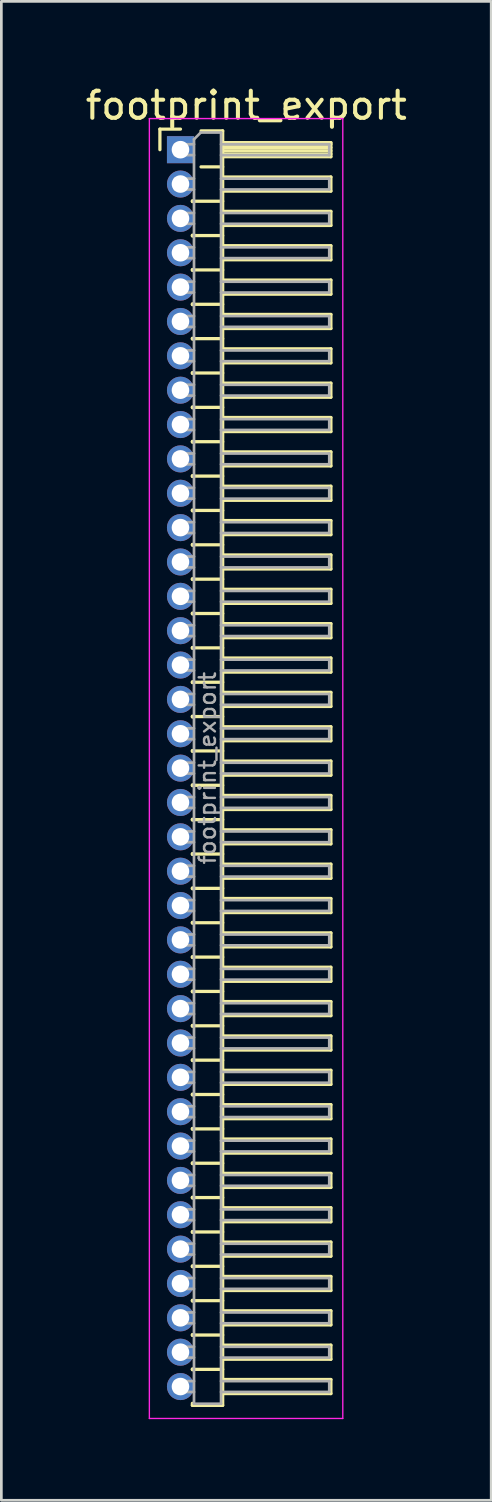
<source format=kicad_pcb>
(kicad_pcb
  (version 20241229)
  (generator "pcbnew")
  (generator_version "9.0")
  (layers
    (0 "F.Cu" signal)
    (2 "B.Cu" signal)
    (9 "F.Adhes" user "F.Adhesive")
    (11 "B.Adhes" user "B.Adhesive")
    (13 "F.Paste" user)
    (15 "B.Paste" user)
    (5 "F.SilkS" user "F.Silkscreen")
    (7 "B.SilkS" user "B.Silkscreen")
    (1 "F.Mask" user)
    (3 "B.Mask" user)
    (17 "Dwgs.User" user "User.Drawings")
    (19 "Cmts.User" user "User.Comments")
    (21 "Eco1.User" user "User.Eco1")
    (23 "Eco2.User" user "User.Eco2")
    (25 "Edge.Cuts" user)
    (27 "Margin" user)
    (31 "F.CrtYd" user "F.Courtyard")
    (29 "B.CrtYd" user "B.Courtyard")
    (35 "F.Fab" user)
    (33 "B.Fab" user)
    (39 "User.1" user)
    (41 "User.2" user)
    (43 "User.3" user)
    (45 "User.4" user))
  (footprint "footprint_export"
    (layer "F.Cu")
    (at 3.621 2.483)
    (property "Reference" "footprint_export" (at 2.433 -1.635 0) (layer "F.SilkS") (effects (font (size 1 1) (thickness 0.15))))
    (attr through_hole)
    (fp_line (start -0.76 -0.76) (end 0 -0.76) (stroke (width 0.12) (type solid)) (layer "F.SilkS"))
    (fp_line (start -0.76 0) (end -0.76 -0.76) (stroke (width 0.12) (type solid)) (layer "F.SilkS"))
    (fp_line (start 0.44 1.89) (end 0.44 1.92) (stroke (width 0.12) (type solid)) (layer "F.SilkS"))
    (fp_line (start 0.44 1.905) (end 1.56 1.905) (stroke (width 0.12) (type solid)) (layer "F.SilkS"))
    (fp_line (start 0.44 3.16) (end 0.44 3.19) (stroke (width 0.12) (type solid)) (layer "F.SilkS"))
    (fp_line (start 0.44 3.175) (end 1.56 3.175) (stroke (width 0.12) (type solid)) (layer "F.SilkS"))
    (fp_line (start 0.44 4.43) (end 0.44 4.46) (stroke (width 0.12) (type solid)) (layer "F.SilkS"))
    (fp_line (start 0.44 4.445) (end 1.56 4.445) (stroke (width 0.12) (type solid)) (layer "F.SilkS"))
    (fp_line (start 0.44 5.7) (end 0.44 5.73) (stroke (width 0.12) (type solid)) (layer "F.SilkS"))
    (fp_line (start 0.44 5.715) (end 1.56 5.715) (stroke (width 0.12) (type solid)) (layer "F.SilkS"))
    (fp_line (start 0.44 6.97) (end 0.44 7) (stroke (width 0.12) (type solid)) (layer "F.SilkS"))
    (fp_line (start 0.44 6.985) (end 1.56 6.985) (stroke (width 0.12) (type solid)) (layer "F.SilkS"))
    (fp_line (start 0.44 8.24) (end 0.44 8.27) (stroke (width 0.12) (type solid)) (layer "F.SilkS"))
    (fp_line (start 0.44 8.255) (end 1.56 8.255) (stroke (width 0.12) (type solid)) (layer "F.SilkS"))
    (fp_line (start 0.44 9.51) (end 0.44 9.54) (stroke (width 0.12) (type solid)) (layer "F.SilkS"))
    (fp_line (start 0.44 9.525) (end 1.56 9.525) (stroke (width 0.12) (type solid)) (layer "F.SilkS"))
    (fp_line (start 0.44 10.78) (end 0.44 10.81) (stroke (width 0.12) (type solid)) (layer "F.SilkS"))
    (fp_line (start 0.44 10.795) (end 1.56 10.795) (stroke (width 0.12) (type solid)) (layer "F.SilkS"))
    (fp_line (start 0.44 12.05) (end 0.44 12.08) (stroke (width 0.12) (type solid)) (layer "F.SilkS"))
    (fp_line (start 0.44 12.065) (end 1.56 12.065) (stroke (width 0.12) (type solid)) (layer "F.SilkS"))
    (fp_line (start 0.44 13.32) (end 0.44 13.35) (stroke (width 0.12) (type solid)) (layer "F.SilkS"))
    (fp_line (start 0.44 13.335) (end 1.56 13.335) (stroke (width 0.12) (type solid)) (layer "F.SilkS"))
    (fp_line (start 0.44 14.59) (end 0.44 14.62) (stroke (width 0.12) (type solid)) (layer "F.SilkS"))
    (fp_line (start 0.44 14.605) (end 1.56 14.605) (stroke (width 0.12) (type solid)) (layer "F.SilkS"))
    (fp_line (start 0.44 15.86) (end 0.44 15.89) (stroke (width 0.12) (type solid)) (layer "F.SilkS"))
    (fp_line (start 0.44 15.875) (end 1.56 15.875) (stroke (width 0.12) (type solid)) (layer "F.SilkS"))
    (fp_line (start 0.44 17.13) (end 0.44 17.16) (stroke (width 0.12) (type solid)) (layer "F.SilkS"))
    (fp_line (start 0.44 17.145) (end 1.56 17.145) (stroke (width 0.12) (type solid)) (layer "F.SilkS"))
    (fp_line (start 0.44 18.4) (end 0.44 18.43) (stroke (width 0.12) (type solid)) (layer "F.SilkS"))
    (fp_line (start 0.44 18.415) (end 1.56 18.415) (stroke (width 0.12) (type solid)) (layer "F.SilkS"))
    (fp_line (start 0.44 19.67) (end 0.44 19.7) (stroke (width 0.12) (type solid)) (layer "F.SilkS"))
    (fp_line (start 0.44 19.685) (end 1.56 19.685) (stroke (width 0.12) (type solid)) (layer "F.SilkS"))
    (fp_line (start 0.44 20.94) (end 0.44 20.97) (stroke (width 0.12) (type solid)) (layer "F.SilkS"))
    (fp_line (start 0.44 20.955) (end 1.56 20.955) (stroke (width 0.12) (type solid)) (layer "F.SilkS"))
    (fp_line (start 0.44 22.21) (end 0.44 22.24) (stroke (width 0.12) (type solid)) (layer "F.SilkS"))
    (fp_line (start 0.44 22.225) (end 1.56 22.225) (stroke (width 0.12) (type solid)) (layer "F.SilkS"))
    (fp_line (start 0.44 23.48) (end 0.44 23.51) (stroke (width 0.12) (type solid)) (layer "F.SilkS"))
    (fp_line (start 0.44 23.495) (end 1.56 23.495) (stroke (width 0.12) (type solid)) (layer "F.SilkS"))
    (fp_line (start 0.44 24.75) (end 0.44 24.78) (stroke (width 0.12) (type solid)) (layer "F.SilkS"))
    (fp_line (start 0.44 24.765) (end 1.56 24.765) (stroke (width 0.12) (type solid)) (layer "F.SilkS"))
    (fp_line (start 0.44 26.02) (end 0.44 26.05) (stroke (width 0.12) (type solid)) (layer "F.SilkS"))
    (fp_line (start 0.44 26.035) (end 1.56 26.035) (stroke (width 0.12) (type solid)) (layer "F.SilkS"))
    (fp_line (start 0.44 27.29) (end 0.44 27.32) (stroke (width 0.12) (type solid)) (layer "F.SilkS"))
    (fp_line (start 0.44 27.305) (end 1.56 27.305) (stroke (width 0.12) (type solid)) (layer "F.SilkS"))
    (fp_line (start 0.44 28.56) (end 0.44 28.59) (stroke (width 0.12) (type solid)) (layer "F.SilkS"))
    (fp_line (start 0.44 28.575) (end 1.56 28.575) (stroke (width 0.12) (type solid)) (layer "F.SilkS"))
    (fp_line (start 0.44 29.83) (end 0.44 29.86) (stroke (width 0.12) (type solid)) (layer "F.SilkS"))
    (fp_line (start 0.44 29.845) (end 1.56 29.845) (stroke (width 0.12) (type solid)) (layer "F.SilkS"))
    (fp_line (start 0.44 31.1) (end 0.44 31.13) (stroke (width 0.12) (type solid)) (layer "F.SilkS"))
    (fp_line (start 0.44 31.115) (end 1.56 31.115) (stroke (width 0.12) (type solid)) (layer "F.SilkS"))
    (fp_line (start 0.44 32.37) (end 0.44 32.4) (stroke (width 0.12) (type solid)) (layer "F.SilkS"))
    (fp_line (start 0.44 32.385) (end 1.56 32.385) (stroke (width 0.12) (type solid)) (layer "F.SilkS"))
    (fp_line (start 0.44 33.64) (end 0.44 33.67) (stroke (width 0.12) (type solid)) (layer "F.SilkS"))
    (fp_line (start 0.44 33.655) (end 1.56 33.655) (stroke (width 0.12) (type solid)) (layer "F.SilkS"))
    (fp_line (start 0.44 34.91) (end 0.44 34.94) (stroke (width 0.12) (type solid)) (layer "F.SilkS"))
    (fp_line (start 0.44 34.925) (end 1.56 34.925) (stroke (width 0.12) (type solid)) (layer "F.SilkS"))
    (fp_line (start 0.44 36.18) (end 0.44 36.21) (stroke (width 0.12) (type solid)) (layer "F.SilkS"))
    (fp_line (start 0.44 36.195) (end 1.56 36.195) (stroke (width 0.12) (type solid)) (layer "F.SilkS"))
    (fp_line (start 0.44 37.45) (end 0.44 37.48) (stroke (width 0.12) (type solid)) (layer "F.SilkS"))
    (fp_line (start 0.44 37.465) (end 1.56 37.465) (stroke (width 0.12) (type solid)) (layer "F.SilkS"))
    (fp_line (start 0.44 38.72) (end 0.44 38.75) (stroke (width 0.12) (type solid)) (layer "F.SilkS"))
    (fp_line (start 0.44 38.735) (end 1.56 38.735) (stroke (width 0.12) (type solid)) (layer "F.SilkS"))
    (fp_line (start 0.44 39.99) (end 0.44 40.02) (stroke (width 0.12) (type solid)) (layer "F.SilkS"))
    (fp_line (start 0.44 40.005) (end 1.56 40.005) (stroke (width 0.12) (type solid)) (layer "F.SilkS"))
    (fp_line (start 0.44 41.26) (end 0.44 41.29) (stroke (width 0.12) (type solid)) (layer "F.SilkS"))
    (fp_line (start 0.44 41.275) (end 1.56 41.275) (stroke (width 0.12) (type solid)) (layer "F.SilkS"))
    (fp_line (start 0.44 42.53) (end 0.44 42.56) (stroke (width 0.12) (type solid)) (layer "F.SilkS"))
    (fp_line (start 0.44 42.545) (end 1.56 42.545) (stroke (width 0.12) (type solid)) (layer "F.SilkS"))
    (fp_line (start 0.44 43.8) (end 0.44 43.83) (stroke (width 0.12) (type solid)) (layer "F.SilkS"))
    (fp_line (start 0.44 43.815) (end 1.56 43.815) (stroke (width 0.12) (type solid)) (layer "F.SilkS"))
    (fp_line (start 0.44 45.07) (end 0.44 45.1) (stroke (width 0.12) (type solid)) (layer "F.SilkS"))
    (fp_line (start 0.44 45.085) (end 1.56 45.085) (stroke (width 0.12) (type solid)) (layer "F.SilkS"))
    (fp_line (start 0.44 46.415) (end 0.44 46.34) (stroke (width 0.12) (type solid)) (layer "F.SilkS"))
    (fp_line (start 0.76 -0.695) (end 1.56 -0.695) (stroke (width 0.12) (type solid)) (layer "F.SilkS"))
    (fp_line (start 0.76 0.635) (end 1.56 0.635) (stroke (width 0.12) (type solid)) (layer "F.SilkS"))
    (fp_line (start 1.56 -0.695) (end 1.56 46.415) (stroke (width 0.12) (type solid)) (layer "F.SilkS"))
    (fp_line (start 1.56 -0.26) (end 5.56 -0.26) (stroke (width 0.12) (type solid)) (layer "F.SilkS"))
    (fp_line (start 1.56 -0.2) (end 5.56 -0.2) (stroke (width 0.12) (type solid)) (layer "F.SilkS"))
    (fp_line (start 1.56 -0.08) (end 5.56 -0.08) (stroke (width 0.12) (type solid)) (layer "F.SilkS"))
    (fp_line (start 1.56 0.04) (end 5.56 0.04) (stroke (width 0.12) (type solid)) (layer "F.SilkS"))
    (fp_line (start 1.56 0.16) (end 5.56 0.16) (stroke (width 0.12) (type solid)) (layer "F.SilkS"))
    (fp_line (start 1.56 1.01) (end 5.56 1.01) (stroke (width 0.12) (type solid)) (layer "F.SilkS"))
    (fp_line (start 1.56 2.28) (end 5.56 2.28) (stroke (width 0.12) (type solid)) (layer "F.SilkS"))
    (fp_line (start 1.56 3.55) (end 5.56 3.55) (stroke (width 0.12) (type solid)) (layer "F.SilkS"))
    (fp_line (start 1.56 4.82) (end 5.56 4.82) (stroke (width 0.12) (type solid)) (layer "F.SilkS"))
    (fp_line (start 1.56 6.09) (end 5.56 6.09) (stroke (width 0.12) (type solid)) (layer "F.SilkS"))
    (fp_line (start 1.56 7.36) (end 5.56 7.36) (stroke (width 0.12) (type solid)) (layer "F.SilkS"))
    (fp_line (start 1.56 8.63) (end 5.56 8.63) (stroke (width 0.12) (type solid)) (layer "F.SilkS"))
    (fp_line (start 1.56 9.9) (end 5.56 9.9) (stroke (width 0.12) (type solid)) (layer "F.SilkS"))
    (fp_line (start 1.56 11.17) (end 5.56 11.17) (stroke (width 0.12) (type solid)) (layer "F.SilkS"))
    (fp_line (start 1.56 12.44) (end 5.56 12.44) (stroke (width 0.12) (type solid)) (layer "F.SilkS"))
    (fp_line (start 1.56 13.71) (end 5.56 13.71) (stroke (width 0.12) (type solid)) (layer "F.SilkS"))
    (fp_line (start 1.56 14.98) (end 5.56 14.98) (stroke (width 0.12) (type solid)) (layer "F.SilkS"))
    (fp_line (start 1.56 16.25) (end 5.56 16.25) (stroke (width 0.12) (type solid)) (layer "F.SilkS"))
    (fp_line (start 1.56 17.52) (end 5.56 17.52) (stroke (width 0.12) (type solid)) (layer "F.SilkS"))
    (fp_line (start 1.56 18.79) (end 5.56 18.79) (stroke (width 0.12) (type solid)) (layer "F.SilkS"))
    (fp_line (start 1.56 20.06) (end 5.56 20.06) (stroke (width 0.12) (type solid)) (layer "F.SilkS"))
    (fp_line (start 1.56 21.33) (end 5.56 21.33) (stroke (width 0.12) (type solid)) (layer "F.SilkS"))
    (fp_line (start 1.56 22.6) (end 5.56 22.6) (stroke (width 0.12) (type solid)) (layer "F.SilkS"))
    (fp_line (start 1.56 23.87) (end 5.56 23.87) (stroke (width 0.12) (type solid)) (layer "F.SilkS"))
    (fp_line (start 1.56 25.14) (end 5.56 25.14) (stroke (width 0.12) (type solid)) (layer "F.SilkS"))
    (fp_line (start 1.56 26.41) (end 5.56 26.41) (stroke (width 0.12) (type solid)) (layer "F.SilkS"))
    (fp_line (start 1.56 27.68) (end 5.56 27.68) (stroke (width 0.12) (type solid)) (layer "F.SilkS"))
    (fp_line (start 1.56 28.95) (end 5.56 28.95) (stroke (width 0.12) (type solid)) (layer "F.SilkS"))
    (fp_line (start 1.56 30.22) (end 5.56 30.22) (stroke (width 0.12) (type solid)) (layer "F.SilkS"))
    (fp_line (start 1.56 31.49) (end 5.56 31.49) (stroke (width 0.12) (type solid)) (layer "F.SilkS"))
    (fp_line (start 1.56 32.76) (end 5.56 32.76) (stroke (width 0.12) (type solid)) (layer "F.SilkS"))
    (fp_line (start 1.56 34.03) (end 5.56 34.03) (stroke (width 0.12) (type solid)) (layer "F.SilkS"))
    (fp_line (start 1.56 35.3) (end 5.56 35.3) (stroke (width 0.12) (type solid)) (layer "F.SilkS"))
    (fp_line (start 1.56 36.57) (end 5.56 36.57) (stroke (width 0.12) (type solid)) (layer "F.SilkS"))
    (fp_line (start 1.56 37.84) (end 5.56 37.84) (stroke (width 0.12) (type solid)) (layer "F.SilkS"))
    (fp_line (start 1.56 39.11) (end 5.56 39.11) (stroke (width 0.12) (type solid)) (layer "F.SilkS"))
    (fp_line (start 1.56 40.38) (end 5.56 40.38) (stroke (width 0.12) (type solid)) (layer "F.SilkS"))
    (fp_line (start 1.56 41.65) (end 5.56 41.65) (stroke (width 0.12) (type solid)) (layer "F.SilkS"))
    (fp_line (start 1.56 42.92) (end 5.56 42.92) (stroke (width 0.12) (type solid)) (layer "F.SilkS"))
    (fp_line (start 1.56 44.19) (end 5.56 44.19) (stroke (width 0.12) (type solid)) (layer "F.SilkS"))
    (fp_line (start 1.56 45.46) (end 5.56 45.46) (stroke (width 0.12) (type solid)) (layer "F.SilkS"))
    (fp_line (start 1.56 46.415) (end 0.44 46.415) (stroke (width 0.12) (type solid)) (layer "F.SilkS"))
    (fp_line (start 5.56 -0.26) (end 5.56 0.26) (stroke (width 0.12) (type solid)) (layer "F.SilkS"))
    (fp_line (start 5.56 0.26) (end 1.56 0.26) (stroke (width 0.12) (type solid)) (layer "F.SilkS"))
    (fp_line (start 5.56 1.01) (end 5.56 1.53) (stroke (width 0.12) (type solid)) (layer "F.SilkS"))
    (fp_line (start 5.56 1.53) (end 1.56 1.53) (stroke (width 0.12) (type solid)) (layer "F.SilkS"))
    (fp_line (start 5.56 2.28) (end 5.56 2.8) (stroke (width 0.12) (type solid)) (layer "F.SilkS"))
    (fp_line (start 5.56 2.8) (end 1.56 2.8) (stroke (width 0.12) (type solid)) (layer "F.SilkS"))
    (fp_line (start 5.56 3.55) (end 5.56 4.07) (stroke (width 0.12) (type solid)) (layer "F.SilkS"))
    (fp_line (start 5.56 4.07) (end 1.56 4.07) (stroke (width 0.12) (type solid)) (layer "F.SilkS"))
    (fp_line (start 5.56 4.82) (end 5.56 5.34) (stroke (width 0.12) (type solid)) (layer "F.SilkS"))
    (fp_line (start 5.56 5.34) (end 1.56 5.34) (stroke (width 0.12) (type solid)) (layer "F.SilkS"))
    (fp_line (start 5.56 6.09) (end 5.56 6.61) (stroke (width 0.12) (type solid)) (layer "F.SilkS"))
    (fp_line (start 5.56 6.61) (end 1.56 6.61) (stroke (width 0.12) (type solid)) (layer "F.SilkS"))
    (fp_line (start 5.56 7.36) (end 5.56 7.88) (stroke (width 0.12) (type solid)) (layer "F.SilkS"))
    (fp_line (start 5.56 7.88) (end 1.56 7.88) (stroke (width 0.12) (type solid)) (layer "F.SilkS"))
    (fp_line (start 5.56 8.63) (end 5.56 9.15) (stroke (width 0.12) (type solid)) (layer "F.SilkS"))
    (fp_line (start 5.56 9.15) (end 1.56 9.15) (stroke (width 0.12) (type solid)) (layer "F.SilkS"))
    (fp_line (start 5.56 9.9) (end 5.56 10.42) (stroke (width 0.12) (type solid)) (layer "F.SilkS"))
    (fp_line (start 5.56 10.42) (end 1.56 10.42) (stroke (width 0.12) (type solid)) (layer "F.SilkS"))
    (fp_line (start 5.56 11.17) (end 5.56 11.69) (stroke (width 0.12) (type solid)) (layer "F.SilkS"))
    (fp_line (start 5.56 11.69) (end 1.56 11.69) (stroke (width 0.12) (type solid)) (layer "F.SilkS"))
    (fp_line (start 5.56 12.44) (end 5.56 12.96) (stroke (width 0.12) (type solid)) (layer "F.SilkS"))
    (fp_line (start 5.56 12.96) (end 1.56 12.96) (stroke (width 0.12) (type solid)) (layer "F.SilkS"))
    (fp_line (start 5.56 13.71) (end 5.56 14.23) (stroke (width 0.12) (type solid)) (layer "F.SilkS"))
    (fp_line (start 5.56 14.23) (end 1.56 14.23) (stroke (width 0.12) (type solid)) (layer "F.SilkS"))
    (fp_line (start 5.56 14.98) (end 5.56 15.5) (stroke (width 0.12) (type solid)) (layer "F.SilkS"))
    (fp_line (start 5.56 15.5) (end 1.56 15.5) (stroke (width 0.12) (type solid)) (layer "F.SilkS"))
    (fp_line (start 5.56 16.25) (end 5.56 16.77) (stroke (width 0.12) (type solid)) (layer "F.SilkS"))
    (fp_line (start 5.56 16.77) (end 1.56 16.77) (stroke (width 0.12) (type solid)) (layer "F.SilkS"))
    (fp_line (start 5.56 17.52) (end 5.56 18.04) (stroke (width 0.12) (type solid)) (layer "F.SilkS"))
    (fp_line (start 5.56 18.04) (end 1.56 18.04) (stroke (width 0.12) (type solid)) (layer "F.SilkS"))
    (fp_line (start 5.56 18.79) (end 5.56 19.31) (stroke (width 0.12) (type solid)) (layer "F.SilkS"))
    (fp_line (start 5.56 19.31) (end 1.56 19.31) (stroke (width 0.12) (type solid)) (layer "F.SilkS"))
    (fp_line (start 5.56 20.06) (end 5.56 20.58) (stroke (width 0.12) (type solid)) (layer "F.SilkS"))
    (fp_line (start 5.56 20.58) (end 1.56 20.58) (stroke (width 0.12) (type solid)) (layer "F.SilkS"))
    (fp_line (start 5.56 21.33) (end 5.56 21.85) (stroke (width 0.12) (type solid)) (layer "F.SilkS"))
    (fp_line (start 5.56 21.85) (end 1.56 21.85) (stroke (width 0.12) (type solid)) (layer "F.SilkS"))
    (fp_line (start 5.56 22.6) (end 5.56 23.12) (stroke (width 0.12) (type solid)) (layer "F.SilkS"))
    (fp_line (start 5.56 23.12) (end 1.56 23.12) (stroke (width 0.12) (type solid)) (layer "F.SilkS"))
    (fp_line (start 5.56 23.87) (end 5.56 24.39) (stroke (width 0.12) (type solid)) (layer "F.SilkS"))
    (fp_line (start 5.56 24.39) (end 1.56 24.39) (stroke (width 0.12) (type solid)) (layer "F.SilkS"))
    (fp_line (start 5.56 25.14) (end 5.56 25.66) (stroke (width 0.12) (type solid)) (layer "F.SilkS"))
    (fp_line (start 5.56 25.66) (end 1.56 25.66) (stroke (width 0.12) (type solid)) (layer "F.SilkS"))
    (fp_line (start 5.56 26.41) (end 5.56 26.93) (stroke (width 0.12) (type solid)) (layer "F.SilkS"))
    (fp_line (start 5.56 26.93) (end 1.56 26.93) (stroke (width 0.12) (type solid)) (layer "F.SilkS"))
    (fp_line (start 5.56 27.68) (end 5.56 28.2) (stroke (width 0.12) (type solid)) (layer "F.SilkS"))
    (fp_line (start 5.56 28.2) (end 1.56 28.2) (stroke (width 0.12) (type solid)) (layer "F.SilkS"))
    (fp_line (start 5.56 28.95) (end 5.56 29.47) (stroke (width 0.12) (type solid)) (layer "F.SilkS"))
    (fp_line (start 5.56 29.47) (end 1.56 29.47) (stroke (width 0.12) (type solid)) (layer "F.SilkS"))
    (fp_line (start 5.56 30.22) (end 5.56 30.74) (stroke (width 0.12) (type solid)) (layer "F.SilkS"))
    (fp_line (start 5.56 30.74) (end 1.56 30.74) (stroke (width 0.12) (type solid)) (layer "F.SilkS"))
    (fp_line (start 5.56 31.49) (end 5.56 32.01) (stroke (width 0.12) (type solid)) (layer "F.SilkS"))
    (fp_line (start 5.56 32.01) (end 1.56 32.01) (stroke (width 0.12) (type solid)) (layer "F.SilkS"))
    (fp_line (start 5.56 32.76) (end 5.56 33.28) (stroke (width 0.12) (type solid)) (layer "F.SilkS"))
    (fp_line (start 5.56 33.28) (end 1.56 33.28) (stroke (width 0.12) (type solid)) (layer "F.SilkS"))
    (fp_line (start 5.56 34.03) (end 5.56 34.55) (stroke (width 0.12) (type solid)) (layer "F.SilkS"))
    (fp_line (start 5.56 34.55) (end 1.56 34.55) (stroke (width 0.12) (type solid)) (layer "F.SilkS"))
    (fp_line (start 5.56 35.3) (end 5.56 35.82) (stroke (width 0.12) (type solid)) (layer "F.SilkS"))
    (fp_line (start 5.56 35.82) (end 1.56 35.82) (stroke (width 0.12) (type solid)) (layer "F.SilkS"))
    (fp_line (start 5.56 36.57) (end 5.56 37.09) (stroke (width 0.12) (type solid)) (layer "F.SilkS"))
    (fp_line (start 5.56 37.09) (end 1.56 37.09) (stroke (width 0.12) (type solid)) (layer "F.SilkS"))
    (fp_line (start 5.56 37.84) (end 5.56 38.36) (stroke (width 0.12) (type solid)) (layer "F.SilkS"))
    (fp_line (start 5.56 38.36) (end 1.56 38.36) (stroke (width 0.12) (type solid)) (layer "F.SilkS"))
    (fp_line (start 5.56 39.11) (end 5.56 39.63) (stroke (width 0.12) (type solid)) (layer "F.SilkS"))
    (fp_line (start 5.56 39.63) (end 1.56 39.63) (stroke (width 0.12) (type solid)) (layer "F.SilkS"))
    (fp_line (start 5.56 40.38) (end 5.56 40.9) (stroke (width 0.12) (type solid)) (layer "F.SilkS"))
    (fp_line (start 5.56 40.9) (end 1.56 40.9) (stroke (width 0.12) (type solid)) (layer "F.SilkS"))
    (fp_line (start 5.56 41.65) (end 5.56 42.17) (stroke (width 0.12) (type solid)) (layer "F.SilkS"))
    (fp_line (start 5.56 42.17) (end 1.56 42.17) (stroke (width 0.12) (type solid)) (layer "F.SilkS"))
    (fp_line (start 5.56 42.92) (end 5.56 43.44) (stroke (width 0.12) (type solid)) (layer "F.SilkS"))
    (fp_line (start 5.56 43.44) (end 1.56 43.44) (stroke (width 0.12) (type solid)) (layer "F.SilkS"))
    (fp_line (start 5.56 44.19) (end 5.56 44.71) (stroke (width 0.12) (type solid)) (layer "F.SilkS"))
    (fp_line (start 5.56 44.71) (end 1.56 44.71) (stroke (width 0.12) (type solid)) (layer "F.SilkS"))
    (fp_line (start 5.56 45.46) (end 5.56 45.98) (stroke (width 0.12) (type solid)) (layer "F.SilkS"))
    (fp_line (start 5.56 45.98) (end 1.56 45.98) (stroke (width 0.12) (type solid)) (layer "F.SilkS"))
    (fp_line (start -1.15 -1.15) (end -1.15 46.9) (stroke (width 0.05) (type solid)) (layer "F.CrtYd"))
    (fp_line (start -1.15 46.9) (end 6 46.9) (stroke (width 0.05) (type solid)) (layer "F.CrtYd"))
    (fp_line (start 6 -1.15) (end -1.15 -1.15) (stroke (width 0.05) (type solid)) (layer "F.CrtYd"))
    (fp_line (start 6 46.9) (end 6 -1.15) (stroke (width 0.05) (type solid)) (layer "F.CrtYd"))
    (fp_line (start -0.2 -0.2) (end -0.2 0.2) (stroke (width 0.1) (type solid)) (layer "F.Fab"))
    (fp_line (start -0.2 -0.2) (end 0.5 -0.2) (stroke (width 0.1) (type solid)) (layer "F.Fab"))
    (fp_line (start -0.2 0.2) (end 0.5 0.2) (stroke (width 0.1) (type solid)) (layer "F.Fab"))
    (fp_line (start -0.2 1.07) (end -0.2 1.47) (stroke (width 0.1) (type solid)) (layer "F.Fab"))
    (fp_line (start -0.2 1.07) (end 0.5 1.07) (stroke (width 0.1) (type solid)) (layer "F.Fab"))
    (fp_line (start -0.2 1.47) (end 0.5 1.47) (stroke (width 0.1) (type solid)) (layer "F.Fab"))
    (fp_line (start -0.2 2.34) (end -0.2 2.74) (stroke (width 0.1) (type solid)) (layer "F.Fab"))
    (fp_line (start -0.2 2.34) (end 0.5 2.34) (stroke (width 0.1) (type solid)) (layer "F.Fab"))
    (fp_line (start -0.2 2.74) (end 0.5 2.74) (stroke (width 0.1) (type solid)) (layer "F.Fab"))
    (fp_line (start -0.2 3.61) (end -0.2 4.01) (stroke (width 0.1) (type solid)) (layer "F.Fab"))
    (fp_line (start -0.2 3.61) (end 0.5 3.61) (stroke (width 0.1) (type solid)) (layer "F.Fab"))
    (fp_line (start -0.2 4.01) (end 0.5 4.01) (stroke (width 0.1) (type solid)) (layer "F.Fab"))
    (fp_line (start -0.2 4.88) (end -0.2 5.28) (stroke (width 0.1) (type solid)) (layer "F.Fab"))
    (fp_line (start -0.2 4.88) (end 0.5 4.88) (stroke (width 0.1) (type solid)) (layer "F.Fab"))
    (fp_line (start -0.2 5.28) (end 0.5 5.28) (stroke (width 0.1) (type solid)) (layer "F.Fab"))
    (fp_line (start -0.2 6.15) (end -0.2 6.55) (stroke (width 0.1) (type solid)) (layer "F.Fab"))
    (fp_line (start -0.2 6.15) (end 0.5 6.15) (stroke (width 0.1) (type solid)) (layer "F.Fab"))
    (fp_line (start -0.2 6.55) (end 0.5 6.55) (stroke (width 0.1) (type solid)) (layer "F.Fab"))
    (fp_line (start -0.2 7.42) (end -0.2 7.82) (stroke (width 0.1) (type solid)) (layer "F.Fab"))
    (fp_line (start -0.2 7.42) (end 0.5 7.42) (stroke (width 0.1) (type solid)) (layer "F.Fab"))
    (fp_line (start -0.2 7.82) (end 0.5 7.82) (stroke (width 0.1) (type solid)) (layer "F.Fab"))
    (fp_line (start -0.2 8.69) (end -0.2 9.09) (stroke (width 0.1) (type solid)) (layer "F.Fab"))
    (fp_line (start -0.2 8.69) (end 0.5 8.69) (stroke (width 0.1) (type solid)) (layer "F.Fab"))
    (fp_line (start -0.2 9.09) (end 0.5 9.09) (stroke (width 0.1) (type solid)) (layer "F.Fab"))
    (fp_line (start -0.2 9.96) (end -0.2 10.36) (stroke (width 0.1) (type solid)) (layer "F.Fab"))
    (fp_line (start -0.2 9.96) (end 0.5 9.96) (stroke (width 0.1) (type solid)) (layer "F.Fab"))
    (fp_line (start -0.2 10.36) (end 0.5 10.36) (stroke (width 0.1) (type solid)) (layer "F.Fab"))
    (fp_line (start -0.2 11.23) (end -0.2 11.63) (stroke (width 0.1) (type solid)) (layer "F.Fab"))
    (fp_line (start -0.2 11.23) (end 0.5 11.23) (stroke (width 0.1) (type solid)) (layer "F.Fab"))
    (fp_line (start -0.2 11.63) (end 0.5 11.63) (stroke (width 0.1) (type solid)) (layer "F.Fab"))
    (fp_line (start -0.2 12.5) (end -0.2 12.9) (stroke (width 0.1) (type solid)) (layer "F.Fab"))
    (fp_line (start -0.2 12.5) (end 0.5 12.5) (stroke (width 0.1) (type solid)) (layer "F.Fab"))
    (fp_line (start -0.2 12.9) (end 0.5 12.9) (stroke (width 0.1) (type solid)) (layer "F.Fab"))
    (fp_line (start -0.2 13.77) (end -0.2 14.17) (stroke (width 0.1) (type solid)) (layer "F.Fab"))
    (fp_line (start -0.2 13.77) (end 0.5 13.77) (stroke (width 0.1) (type solid)) (layer "F.Fab"))
    (fp_line (start -0.2 14.17) (end 0.5 14.17) (stroke (width 0.1) (type solid)) (layer "F.Fab"))
    (fp_line (start -0.2 15.04) (end -0.2 15.44) (stroke (width 0.1) (type solid)) (layer "F.Fab"))
    (fp_line (start -0.2 15.04) (end 0.5 15.04) (stroke (width 0.1) (type solid)) (layer "F.Fab"))
    (fp_line (start -0.2 15.44) (end 0.5 15.44) (stroke (width 0.1) (type solid)) (layer "F.Fab"))
    (fp_line (start -0.2 16.31) (end -0.2 16.71) (stroke (width 0.1) (type solid)) (layer "F.Fab"))
    (fp_line (start -0.2 16.31) (end 0.5 16.31) (stroke (width 0.1) (type solid)) (layer "F.Fab"))
    (fp_line (start -0.2 16.71) (end 0.5 16.71) (stroke (width 0.1) (type solid)) (layer "F.Fab"))
    (fp_line (start -0.2 17.58) (end -0.2 17.98) (stroke (width 0.1) (type solid)) (layer "F.Fab"))
    (fp_line (start -0.2 17.58) (end 0.5 17.58) (stroke (width 0.1) (type solid)) (layer "F.Fab"))
    (fp_line (start -0.2 17.98) (end 0.5 17.98) (stroke (width 0.1) (type solid)) (layer "F.Fab"))
    (fp_line (start -0.2 18.85) (end -0.2 19.25) (stroke (width 0.1) (type solid)) (layer "F.Fab"))
    (fp_line (start -0.2 18.85) (end 0.5 18.85) (stroke (width 0.1) (type solid)) (layer "F.Fab"))
    (fp_line (start -0.2 19.25) (end 0.5 19.25) (stroke (width 0.1) (type solid)) (layer "F.Fab"))
    (fp_line (start -0.2 20.12) (end -0.2 20.52) (stroke (width 0.1) (type solid)) (layer "F.Fab"))
    (fp_line (start -0.2 20.12) (end 0.5 20.12) (stroke (width 0.1) (type solid)) (layer "F.Fab"))
    (fp_line (start -0.2 20.52) (end 0.5 20.52) (stroke (width 0.1) (type solid)) (layer "F.Fab"))
    (fp_line (start -0.2 21.39) (end -0.2 21.79) (stroke (width 0.1) (type solid)) (layer "F.Fab"))
    (fp_line (start -0.2 21.39) (end 0.5 21.39) (stroke (width 0.1) (type solid)) (layer "F.Fab"))
    (fp_line (start -0.2 21.79) (end 0.5 21.79) (stroke (width 0.1) (type solid)) (layer "F.Fab"))
    (fp_line (start -0.2 22.66) (end -0.2 23.06) (stroke (width 0.1) (type solid)) (layer "F.Fab"))
    (fp_line (start -0.2 22.66) (end 0.5 22.66) (stroke (width 0.1) (type solid)) (layer "F.Fab"))
    (fp_line (start -0.2 23.06) (end 0.5 23.06) (stroke (width 0.1) (type solid)) (layer "F.Fab"))
    (fp_line (start -0.2 23.93) (end -0.2 24.33) (stroke (width 0.1) (type solid)) (layer "F.Fab"))
    (fp_line (start -0.2 23.93) (end 0.5 23.93) (stroke (width 0.1) (type solid)) (layer "F.Fab"))
    (fp_line (start -0.2 24.33) (end 0.5 24.33) (stroke (width 0.1) (type solid)) (layer "F.Fab"))
    (fp_line (start -0.2 25.2) (end -0.2 25.6) (stroke (width 0.1) (type solid)) (layer "F.Fab"))
    (fp_line (start -0.2 25.2) (end 0.5 25.2) (stroke (width 0.1) (type solid)) (layer "F.Fab"))
    (fp_line (start -0.2 25.6) (end 0.5 25.6) (stroke (width 0.1) (type solid)) (layer "F.Fab"))
    (fp_line (start -0.2 26.47) (end -0.2 26.87) (stroke (width 0.1) (type solid)) (layer "F.Fab"))
    (fp_line (start -0.2 26.47) (end 0.5 26.47) (stroke (width 0.1) (type solid)) (layer "F.Fab"))
    (fp_line (start -0.2 26.87) (end 0.5 26.87) (stroke (width 0.1) (type solid)) (layer "F.Fab"))
    (fp_line (start -0.2 27.74) (end -0.2 28.14) (stroke (width 0.1) (type solid)) (layer "F.Fab"))
    (fp_line (start -0.2 27.74) (end 0.5 27.74) (stroke (width 0.1) (type solid)) (layer "F.Fab"))
    (fp_line (start -0.2 28.14) (end 0.5 28.14) (stroke (width 0.1) (type solid)) (layer "F.Fab"))
    (fp_line (start -0.2 29.01) (end -0.2 29.41) (stroke (width 0.1) (type solid)) (layer "F.Fab"))
    (fp_line (start -0.2 29.01) (end 0.5 29.01) (stroke (width 0.1) (type solid)) (layer "F.Fab"))
    (fp_line (start -0.2 29.41) (end 0.5 29.41) (stroke (width 0.1) (type solid)) (layer "F.Fab"))
    (fp_line (start -0.2 30.28) (end -0.2 30.68) (stroke (width 0.1) (type solid)) (layer "F.Fab"))
    (fp_line (start -0.2 30.28) (end 0.5 30.28) (stroke (width 0.1) (type solid)) (layer "F.Fab"))
    (fp_line (start -0.2 30.68) (end 0.5 30.68) (stroke (width 0.1) (type solid)) (layer "F.Fab"))
    (fp_line (start -0.2 31.55) (end -0.2 31.95) (stroke (width 0.1) (type solid)) (layer "F.Fab"))
    (fp_line (start -0.2 31.55) (end 0.5 31.55) (stroke (width 0.1) (type solid)) (layer "F.Fab"))
    (fp_line (start -0.2 31.95) (end 0.5 31.95) (stroke (width 0.1) (type solid)) (layer "F.Fab"))
    (fp_line (start -0.2 32.82) (end -0.2 33.22) (stroke (width 0.1) (type solid)) (layer "F.Fab"))
    (fp_line (start -0.2 32.82) (end 0.5 32.82) (stroke (width 0.1) (type solid)) (layer "F.Fab"))
    (fp_line (start -0.2 33.22) (end 0.5 33.22) (stroke (width 0.1) (type solid)) (layer "F.Fab"))
    (fp_line (start -0.2 34.09) (end -0.2 34.49) (stroke (width 0.1) (type solid)) (layer "F.Fab"))
    (fp_line (start -0.2 34.09) (end 0.5 34.09) (stroke (width 0.1) (type solid)) (layer "F.Fab"))
    (fp_line (start -0.2 34.49) (end 0.5 34.49) (stroke (width 0.1) (type solid)) (layer "F.Fab"))
    (fp_line (start -0.2 35.36) (end -0.2 35.76) (stroke (width 0.1) (type solid)) (layer "F.Fab"))
    (fp_line (start -0.2 35.36) (end 0.5 35.36) (stroke (width 0.1) (type solid)) (layer "F.Fab"))
    (fp_line (start -0.2 35.76) (end 0.5 35.76) (stroke (width 0.1) (type solid)) (layer "F.Fab"))
    (fp_line (start -0.2 36.63) (end -0.2 37.03) (stroke (width 0.1) (type solid)) (layer "F.Fab"))
    (fp_line (start -0.2 36.63) (end 0.5 36.63) (stroke (width 0.1) (type solid)) (layer "F.Fab"))
    (fp_line (start -0.2 37.03) (end 0.5 37.03) (stroke (width 0.1) (type solid)) (layer "F.Fab"))
    (fp_line (start -0.2 37.9) (end -0.2 38.3) (stroke (width 0.1) (type solid)) (layer "F.Fab"))
    (fp_line (start -0.2 37.9) (end 0.5 37.9) (stroke (width 0.1) (type solid)) (layer "F.Fab"))
    (fp_line (start -0.2 38.3) (end 0.5 38.3) (stroke (width 0.1) (type solid)) (layer "F.Fab"))
    (fp_line (start -0.2 39.17) (end -0.2 39.57) (stroke (width 0.1) (type solid)) (layer "F.Fab"))
    (fp_line (start -0.2 39.17) (end 0.5 39.17) (stroke (width 0.1) (type solid)) (layer "F.Fab"))
    (fp_line (start -0.2 39.57) (end 0.5 39.57) (stroke (width 0.1) (type solid)) (layer "F.Fab"))
    (fp_line (start -0.2 40.44) (end -0.2 40.84) (stroke (width 0.1) (type solid)) (layer "F.Fab"))
    (fp_line (start -0.2 40.44) (end 0.5 40.44) (stroke (width 0.1) (type solid)) (layer "F.Fab"))
    (fp_line (start -0.2 40.84) (end 0.5 40.84) (stroke (width 0.1) (type solid)) (layer "F.Fab"))
    (fp_line (start -0.2 41.71) (end -0.2 42.11) (stroke (width 0.1) (type solid)) (layer "F.Fab"))
    (fp_line (start -0.2 41.71) (end 0.5 41.71) (stroke (width 0.1) (type solid)) (layer "F.Fab"))
    (fp_line (start -0.2 42.11) (end 0.5 42.11) (stroke (width 0.1) (type solid)) (layer "F.Fab"))
    (fp_line (start -0.2 42.98) (end -0.2 43.38) (stroke (width 0.1) (type solid)) (layer "F.Fab"))
    (fp_line (start -0.2 42.98) (end 0.5 42.98) (stroke (width 0.1) (type solid)) (layer "F.Fab"))
    (fp_line (start -0.2 43.38) (end 0.5 43.38) (stroke (width 0.1) (type solid)) (layer "F.Fab"))
    (fp_line (start -0.2 44.25) (end -0.2 44.65) (stroke (width 0.1) (type solid)) (layer "F.Fab"))
    (fp_line (start -0.2 44.25) (end 0.5 44.25) (stroke (width 0.1) (type solid)) (layer "F.Fab"))
    (fp_line (start -0.2 44.65) (end 0.5 44.65) (stroke (width 0.1) (type solid)) (layer "F.Fab"))
    (fp_line (start -0.2 45.52) (end -0.2 45.92) (stroke (width 0.1) (type solid)) (layer "F.Fab"))
    (fp_line (start -0.2 45.52) (end 0.5 45.52) (stroke (width 0.1) (type solid)) (layer "F.Fab"))
    (fp_line (start -0.2 45.92) (end 0.5 45.92) (stroke (width 0.1) (type solid)) (layer "F.Fab"))
    (fp_line (start 0.5 -0.385) (end 0.75 -0.635) (stroke (width 0.1) (type solid)) (layer "F.Fab"))
    (fp_line (start 0.5 46.355) (end 0.5 -0.385) (stroke (width 0.1) (type solid)) (layer "F.Fab"))
    (fp_line (start 0.75 -0.635) (end 1.5 -0.635) (stroke (width 0.1) (type solid)) (layer "F.Fab"))
    (fp_line (start 1.5 -0.635) (end 1.5 46.355) (stroke (width 0.1) (type solid)) (layer "F.Fab"))
    (fp_line (start 1.5 -0.2) (end 5.5 -0.2) (stroke (width 0.1) (type solid)) (layer "F.Fab"))
    (fp_line (start 1.5 0.2) (end 5.5 0.2) (stroke (width 0.1) (type solid)) (layer "F.Fab"))
    (fp_line (start 1.5 1.07) (end 5.5 1.07) (stroke (width 0.1) (type solid)) (layer "F.Fab"))
    (fp_line (start 1.5 1.47) (end 5.5 1.47) (stroke (width 0.1) (type solid)) (layer "F.Fab"))
    (fp_line (start 1.5 2.34) (end 5.5 2.34) (stroke (width 0.1) (type solid)) (layer "F.Fab"))
    (fp_line (start 1.5 2.74) (end 5.5 2.74) (stroke (width 0.1) (type solid)) (layer "F.Fab"))
    (fp_line (start 1.5 3.61) (end 5.5 3.61) (stroke (width 0.1) (type solid)) (layer "F.Fab"))
    (fp_line (start 1.5 4.01) (end 5.5 4.01) (stroke (width 0.1) (type solid)) (layer "F.Fab"))
    (fp_line (start 1.5 4.88) (end 5.5 4.88) (stroke (width 0.1) (type solid)) (layer "F.Fab"))
    (fp_line (start 1.5 5.28) (end 5.5 5.28) (stroke (width 0.1) (type solid)) (layer "F.Fab"))
    (fp_line (start 1.5 6.15) (end 5.5 6.15) (stroke (width 0.1) (type solid)) (layer "F.Fab"))
    (fp_line (start 1.5 6.55) (end 5.5 6.55) (stroke (width 0.1) (type solid)) (layer "F.Fab"))
    (fp_line (start 1.5 7.42) (end 5.5 7.42) (stroke (width 0.1) (type solid)) (layer "F.Fab"))
    (fp_line (start 1.5 7.82) (end 5.5 7.82) (stroke (width 0.1) (type solid)) (layer "F.Fab"))
    (fp_line (start 1.5 8.69) (end 5.5 8.69) (stroke (width 0.1) (type solid)) (layer "F.Fab"))
    (fp_line (start 1.5 9.09) (end 5.5 9.09) (stroke (width 0.1) (type solid)) (layer "F.Fab"))
    (fp_line (start 1.5 9.96) (end 5.5 9.96) (stroke (width 0.1) (type solid)) (layer "F.Fab"))
    (fp_line (start 1.5 10.36) (end 5.5 10.36) (stroke (width 0.1) (type solid)) (layer "F.Fab"))
    (fp_line (start 1.5 11.23) (end 5.5 11.23) (stroke (width 0.1) (type solid)) (layer "F.Fab"))
    (fp_line (start 1.5 11.63) (end 5.5 11.63) (stroke (width 0.1) (type solid)) (layer "F.Fab"))
    (fp_line (start 1.5 12.5) (end 5.5 12.5) (stroke (width 0.1) (type solid)) (layer "F.Fab"))
    (fp_line (start 1.5 12.9) (end 5.5 12.9) (stroke (width 0.1) (type solid)) (layer "F.Fab"))
    (fp_line (start 1.5 13.77) (end 5.5 13.77) (stroke (width 0.1) (type solid)) (layer "F.Fab"))
    (fp_line (start 1.5 14.17) (end 5.5 14.17) (stroke (width 0.1) (type solid)) (layer "F.Fab"))
    (fp_line (start 1.5 15.04) (end 5.5 15.04) (stroke (width 0.1) (type solid)) (layer "F.Fab"))
    (fp_line (start 1.5 15.44) (end 5.5 15.44) (stroke (width 0.1) (type solid)) (layer "F.Fab"))
    (fp_line (start 1.5 16.31) (end 5.5 16.31) (stroke (width 0.1) (type solid)) (layer "F.Fab"))
    (fp_line (start 1.5 16.71) (end 5.5 16.71) (stroke (width 0.1) (type solid)) (layer "F.Fab"))
    (fp_line (start 1.5 17.58) (end 5.5 17.58) (stroke (width 0.1) (type solid)) (layer "F.Fab"))
    (fp_line (start 1.5 17.98) (end 5.5 17.98) (stroke (width 0.1) (type solid)) (layer "F.Fab"))
    (fp_line (start 1.5 18.85) (end 5.5 18.85) (stroke (width 0.1) (type solid)) (layer "F.Fab"))
    (fp_line (start 1.5 19.25) (end 5.5 19.25) (stroke (width 0.1) (type solid)) (layer "F.Fab"))
    (fp_line (start 1.5 20.12) (end 5.5 20.12) (stroke (width 0.1) (type solid)) (layer "F.Fab"))
    (fp_line (start 1.5 20.52) (end 5.5 20.52) (stroke (width 0.1) (type solid)) (layer "F.Fab"))
    (fp_line (start 1.5 21.39) (end 5.5 21.39) (stroke (width 0.1) (type solid)) (layer "F.Fab"))
    (fp_line (start 1.5 21.79) (end 5.5 21.79) (stroke (width 0.1) (type solid)) (layer "F.Fab"))
    (fp_line (start 1.5 22.66) (end 5.5 22.66) (stroke (width 0.1) (type solid)) (layer "F.Fab"))
    (fp_line (start 1.5 23.06) (end 5.5 23.06) (stroke (width 0.1) (type solid)) (layer "F.Fab"))
    (fp_line (start 1.5 23.93) (end 5.5 23.93) (stroke (width 0.1) (type solid)) (layer "F.Fab"))
    (fp_line (start 1.5 24.33) (end 5.5 24.33) (stroke (width 0.1) (type solid)) (layer "F.Fab"))
    (fp_line (start 1.5 25.2) (end 5.5 25.2) (stroke (width 0.1) (type solid)) (layer "F.Fab"))
    (fp_line (start 1.5 25.6) (end 5.5 25.6) (stroke (width 0.1) (type solid)) (layer "F.Fab"))
    (fp_line (start 1.5 26.47) (end 5.5 26.47) (stroke (width 0.1) (type solid)) (layer "F.Fab"))
    (fp_line (start 1.5 26.87) (end 5.5 26.87) (stroke (width 0.1) (type solid)) (layer "F.Fab"))
    (fp_line (start 1.5 27.74) (end 5.5 27.74) (stroke (width 0.1) (type solid)) (layer "F.Fab"))
    (fp_line (start 1.5 28.14) (end 5.5 28.14) (stroke (width 0.1) (type solid)) (layer "F.Fab"))
    (fp_line (start 1.5 29.01) (end 5.5 29.01) (stroke (width 0.1) (type solid)) (layer "F.Fab"))
    (fp_line (start 1.5 29.41) (end 5.5 29.41) (stroke (width 0.1) (type solid)) (layer "F.Fab"))
    (fp_line (start 1.5 30.28) (end 5.5 30.28) (stroke (width 0.1) (type solid)) (layer "F.Fab"))
    (fp_line (start 1.5 30.68) (end 5.5 30.68) (stroke (width 0.1) (type solid)) (layer "F.Fab"))
    (fp_line (start 1.5 31.55) (end 5.5 31.55) (stroke (width 0.1) (type solid)) (layer "F.Fab"))
    (fp_line (start 1.5 31.95) (end 5.5 31.95) (stroke (width 0.1) (type solid)) (layer "F.Fab"))
    (fp_line (start 1.5 32.82) (end 5.5 32.82) (stroke (width 0.1) (type solid)) (layer "F.Fab"))
    (fp_line (start 1.5 33.22) (end 5.5 33.22) (stroke (width 0.1) (type solid)) (layer "F.Fab"))
    (fp_line (start 1.5 34.09) (end 5.5 34.09) (stroke (width 0.1) (type solid)) (layer "F.Fab"))
    (fp_line (start 1.5 34.49) (end 5.5 34.49) (stroke (width 0.1) (type solid)) (layer "F.Fab"))
    (fp_line (start 1.5 35.36) (end 5.5 35.36) (stroke (width 0.1) (type solid)) (layer "F.Fab"))
    (fp_line (start 1.5 35.76) (end 5.5 35.76) (stroke (width 0.1) (type solid)) (layer "F.Fab"))
    (fp_line (start 1.5 36.63) (end 5.5 36.63) (stroke (width 0.1) (type solid)) (layer "F.Fab"))
    (fp_line (start 1.5 37.03) (end 5.5 37.03) (stroke (width 0.1) (type solid)) (layer "F.Fab"))
    (fp_line (start 1.5 37.9) (end 5.5 37.9) (stroke (width 0.1) (type solid)) (layer "F.Fab"))
    (fp_line (start 1.5 38.3) (end 5.5 38.3) (stroke (width 0.1) (type solid)) (layer "F.Fab"))
    (fp_line (start 1.5 39.17) (end 5.5 39.17) (stroke (width 0.1) (type solid)) (layer "F.Fab"))
    (fp_line (start 1.5 39.57) (end 5.5 39.57) (stroke (width 0.1) (type solid)) (layer "F.Fab"))
    (fp_line (start 1.5 40.44) (end 5.5 40.44) (stroke (width 0.1) (type solid)) (layer "F.Fab"))
    (fp_line (start 1.5 40.84) (end 5.5 40.84) (stroke (width 0.1) (type solid)) (layer "F.Fab"))
    (fp_line (start 1.5 41.71) (end 5.5 41.71) (stroke (width 0.1) (type solid)) (layer "F.Fab"))
    (fp_line (start 1.5 42.11) (end 5.5 42.11) (stroke (width 0.1) (type solid)) (layer "F.Fab"))
    (fp_line (start 1.5 42.98) (end 5.5 42.98) (stroke (width 0.1) (type solid)) (layer "F.Fab"))
    (fp_line (start 1.5 43.38) (end 5.5 43.38) (stroke (width 0.1) (type solid)) (layer "F.Fab"))
    (fp_line (start 1.5 44.25) (end 5.5 44.25) (stroke (width 0.1) (type solid)) (layer "F.Fab"))
    (fp_line (start 1.5 44.65) (end 5.5 44.65) (stroke (width 0.1) (type solid)) (layer "F.Fab"))
    (fp_line (start 1.5 45.52) (end 5.5 45.52) (stroke (width 0.1) (type solid)) (layer "F.Fab"))
    (fp_line (start 1.5 45.92) (end 5.5 45.92) (stroke (width 0.1) (type solid)) (layer "F.Fab"))
    (fp_line (start 1.5 46.355) (end 0.5 46.355) (stroke (width 0.1) (type solid)) (layer "F.Fab"))
    (fp_line (start 5.5 -0.2) (end 5.5 0.2) (stroke (width 0.1) (type solid)) (layer "F.Fab"))
    (fp_line (start 5.5 1.07) (end 5.5 1.47) (stroke (width 0.1) (type solid)) (layer "F.Fab"))
    (fp_line (start 5.5 2.34) (end 5.5 2.74) (stroke (width 0.1) (type solid)) (layer "F.Fab"))
    (fp_line (start 5.5 3.61) (end 5.5 4.01) (stroke (width 0.1) (type solid)) (layer "F.Fab"))
    (fp_line (start 5.5 4.88) (end 5.5 5.28) (stroke (width 0.1) (type solid)) (layer "F.Fab"))
    (fp_line (start 5.5 6.15) (end 5.5 6.55) (stroke (width 0.1) (type solid)) (layer "F.Fab"))
    (fp_line (start 5.5 7.42) (end 5.5 7.82) (stroke (width 0.1) (type solid)) (layer "F.Fab"))
    (fp_line (start 5.5 8.69) (end 5.5 9.09) (stroke (width 0.1) (type solid)) (layer "F.Fab"))
    (fp_line (start 5.5 9.96) (end 5.5 10.36) (stroke (width 0.1) (type solid)) (layer "F.Fab"))
    (fp_line (start 5.5 11.23) (end 5.5 11.63) (stroke (width 0.1) (type solid)) (layer "F.Fab"))
    (fp_line (start 5.5 12.5) (end 5.5 12.9) (stroke (width 0.1) (type solid)) (layer "F.Fab"))
    (fp_line (start 5.5 13.77) (end 5.5 14.17) (stroke (width 0.1) (type solid)) (layer "F.Fab"))
    (fp_line (start 5.5 15.04) (end 5.5 15.44) (stroke (width 0.1) (type solid)) (layer "F.Fab"))
    (fp_line (start 5.5 16.31) (end 5.5 16.71) (stroke (width 0.1) (type solid)) (layer "F.Fab"))
    (fp_line (start 5.5 17.58) (end 5.5 17.98) (stroke (width 0.1) (type solid)) (layer "F.Fab"))
    (fp_line (start 5.5 18.85) (end 5.5 19.25) (stroke (width 0.1) (type solid)) (layer "F.Fab"))
    (fp_line (start 5.5 20.12) (end 5.5 20.52) (stroke (width 0.1) (type solid)) (layer "F.Fab"))
    (fp_line (start 5.5 21.39) (end 5.5 21.79) (stroke (width 0.1) (type solid)) (layer "F.Fab"))
    (fp_line (start 5.5 22.66) (end 5.5 23.06) (stroke (width 0.1) (type solid)) (layer "F.Fab"))
    (fp_line (start 5.5 23.93) (end 5.5 24.33) (stroke (width 0.1) (type solid)) (layer "F.Fab"))
    (fp_line (start 5.5 25.2) (end 5.5 25.6) (stroke (width 0.1) (type solid)) (layer "F.Fab"))
    (fp_line (start 5.5 26.47) (end 5.5 26.87) (stroke (width 0.1) (type solid)) (layer "F.Fab"))
    (fp_line (start 5.5 27.74) (end 5.5 28.14) (stroke (width 0.1) (type solid)) (layer "F.Fab"))
    (fp_line (start 5.5 29.01) (end 5.5 29.41) (stroke (width 0.1) (type solid)) (layer "F.Fab"))
    (fp_line (start 5.5 30.28) (end 5.5 30.68) (stroke (width 0.1) (type solid)) (layer "F.Fab"))
    (fp_line (start 5.5 31.55) (end 5.5 31.95) (stroke (width 0.1) (type solid)) (layer "F.Fab"))
    (fp_line (start 5.5 32.82) (end 5.5 33.22) (stroke (width 0.1) (type solid)) (layer "F.Fab"))
    (fp_line (start 5.5 34.09) (end 5.5 34.49) (stroke (width 0.1) (type solid)) (layer "F.Fab"))
    (fp_line (start 5.5 35.36) (end 5.5 35.76) (stroke (width 0.1) (type solid)) (layer "F.Fab"))
    (fp_line (start 5.5 36.63) (end 5.5 37.03) (stroke (width 0.1) (type solid)) (layer "F.Fab"))
    (fp_line (start 5.5 37.9) (end 5.5 38.3) (stroke (width 0.1) (type solid)) (layer "F.Fab"))
    (fp_line (start 5.5 39.17) (end 5.5 39.57) (stroke (width 0.1) (type solid)) (layer "F.Fab"))
    (fp_line (start 5.5 40.44) (end 5.5 40.84) (stroke (width 0.1) (type solid)) (layer "F.Fab"))
    (fp_line (start 5.5 41.71) (end 5.5 42.11) (stroke (width 0.1) (type solid)) (layer "F.Fab"))
    (fp_line (start 5.5 42.98) (end 5.5 43.38) (stroke (width 0.1) (type solid)) (layer "F.Fab"))
    (fp_line (start 5.5 44.25) (end 5.5 44.65) (stroke (width 0.1) (type solid)) (layer "F.Fab"))
    (fp_line (start 5.5 45.52) (end 5.5 45.92) (stroke (width 0.1) (type solid)) (layer "F.Fab"))
    (fp_text user "${REFERENCE}" (at 1 22.86 90) (layer "F.Fab") (effects (font (size 0.6 0.6) (thickness 0.09))))
    (pad "1" thru_hole rect (at 0 0) (size 1 1) (drill 0.65) (layers "*.Cu" "*.Mask"))
    (pad "2" thru_hole oval (at 0 1.27) (size 1 1) (drill 0.65) (layers "*.Cu" "*.Mask"))
    (pad "3" thru_hole oval (at 0 2.54) (size 1 1) (drill 0.65) (layers "*.Cu" "*.Mask"))
    (pad "4" thru_hole oval (at 0 3.81) (size 1 1) (drill 0.65) (layers "*.Cu" "*.Mask"))
    (pad "5" thru_hole oval (at 0 5.08) (size 1 1) (drill 0.65) (layers "*.Cu" "*.Mask"))
    (pad "6" thru_hole oval (at 0 6.35) (size 1 1) (drill 0.65) (layers "*.Cu" "*.Mask"))
    (pad "7" thru_hole oval (at 0 7.62) (size 1 1) (drill 0.65) (layers "*.Cu" "*.Mask"))
    (pad "8" thru_hole oval (at 0 8.89) (size 1 1) (drill 0.65) (layers "*.Cu" "*.Mask"))
    (pad "9" thru_hole oval (at 0 10.16) (size 1 1) (drill 0.65) (layers "*.Cu" "*.Mask"))
    (pad "10" thru_hole oval (at 0 11.43) (size 1 1) (drill 0.65) (layers "*.Cu" "*.Mask"))
    (pad "11" thru_hole oval (at 0 12.7) (size 1 1) (drill 0.65) (layers "*.Cu" "*.Mask"))
    (pad "12" thru_hole oval (at 0 13.97) (size 1 1) (drill 0.65) (layers "*.Cu" "*.Mask"))
    (pad "13" thru_hole oval (at 0 15.24) (size 1 1) (drill 0.65) (layers "*.Cu" "*.Mask"))
    (pad "14" thru_hole oval (at 0 16.51) (size 1 1) (drill 0.65) (layers "*.Cu" "*.Mask"))
    (pad "15" thru_hole oval (at 0 17.78) (size 1 1) (drill 0.65) (layers "*.Cu" "*.Mask"))
    (pad "16" thru_hole oval (at 0 19.05) (size 1 1) (drill 0.65) (layers "*.Cu" "*.Mask"))
    (pad "17" thru_hole oval (at 0 20.32) (size 1 1) (drill 0.65) (layers "*.Cu" "*.Mask"))
    (pad "18" thru_hole oval (at 0 21.59) (size 1 1) (drill 0.65) (layers "*.Cu" "*.Mask"))
    (pad "19" thru_hole oval (at 0 22.86) (size 1 1) (drill 0.65) (layers "*.Cu" "*.Mask"))
    (pad "20" thru_hole oval (at 0 24.13) (size 1 1) (drill 0.65) (layers "*.Cu" "*.Mask"))
    (pad "21" thru_hole oval (at 0 25.4) (size 1 1) (drill 0.65) (layers "*.Cu" "*.Mask"))
    (pad "22" thru_hole oval (at 0 26.67) (size 1 1) (drill 0.65) (layers "*.Cu" "*.Mask"))
    (pad "23" thru_hole oval (at 0 27.94) (size 1 1) (drill 0.65) (layers "*.Cu" "*.Mask"))
    (pad "24" thru_hole oval (at 0 29.21) (size 1 1) (drill 0.65) (layers "*.Cu" "*.Mask"))
    (pad "25" thru_hole oval (at 0 30.48) (size 1 1) (drill 0.65) (layers "*.Cu" "*.Mask"))
    (pad "26" thru_hole oval (at 0 31.75) (size 1 1) (drill 0.65) (layers "*.Cu" "*.Mask"))
    (pad "27" thru_hole oval (at 0 33.02) (size 1 1) (drill 0.65) (layers "*.Cu" "*.Mask"))
    (pad "28" thru_hole oval (at 0 34.29) (size 1 1) (drill 0.65) (layers "*.Cu" "*.Mask"))
    (pad "29" thru_hole oval (at 0 35.56) (size 1 1) (drill 0.65) (layers "*.Cu" "*.Mask"))
    (pad "30" thru_hole oval (at 0 36.83) (size 1 1) (drill 0.65) (layers "*.Cu" "*.Mask"))
    (pad "31" thru_hole oval (at 0 38.1) (size 1 1) (drill 0.65) (layers "*.Cu" "*.Mask"))
    (pad "32" thru_hole oval (at 0 39.37) (size 1 1) (drill 0.65) (layers "*.Cu" "*.Mask"))
    (pad "33" thru_hole oval (at 0 40.64) (size 1 1) (drill 0.65) (layers "*.Cu" "*.Mask"))
    (pad "34" thru_hole oval (at 0 41.91) (size 1 1) (drill 0.65) (layers "*.Cu" "*.Mask"))
    (pad "35" thru_hole oval (at 0 43.18) (size 1 1) (drill 0.65) (layers "*.Cu" "*.Mask"))
    (pad "36" thru_hole oval (at 0 44.45) (size 1 1) (drill 0.65) (layers "*.Cu" "*.Mask"))
    (pad "37" thru_hole oval (at 0 45.72) (size 1 1) (drill 0.65) (layers "*.Cu" "*.Mask")))
  (gr_rect
    (start -3 -3)
    (end 15.107 52.408)
    (stroke (width 0.1) (type default))
    (fill no)
    (layer "Edge.Cuts")))
</source>
